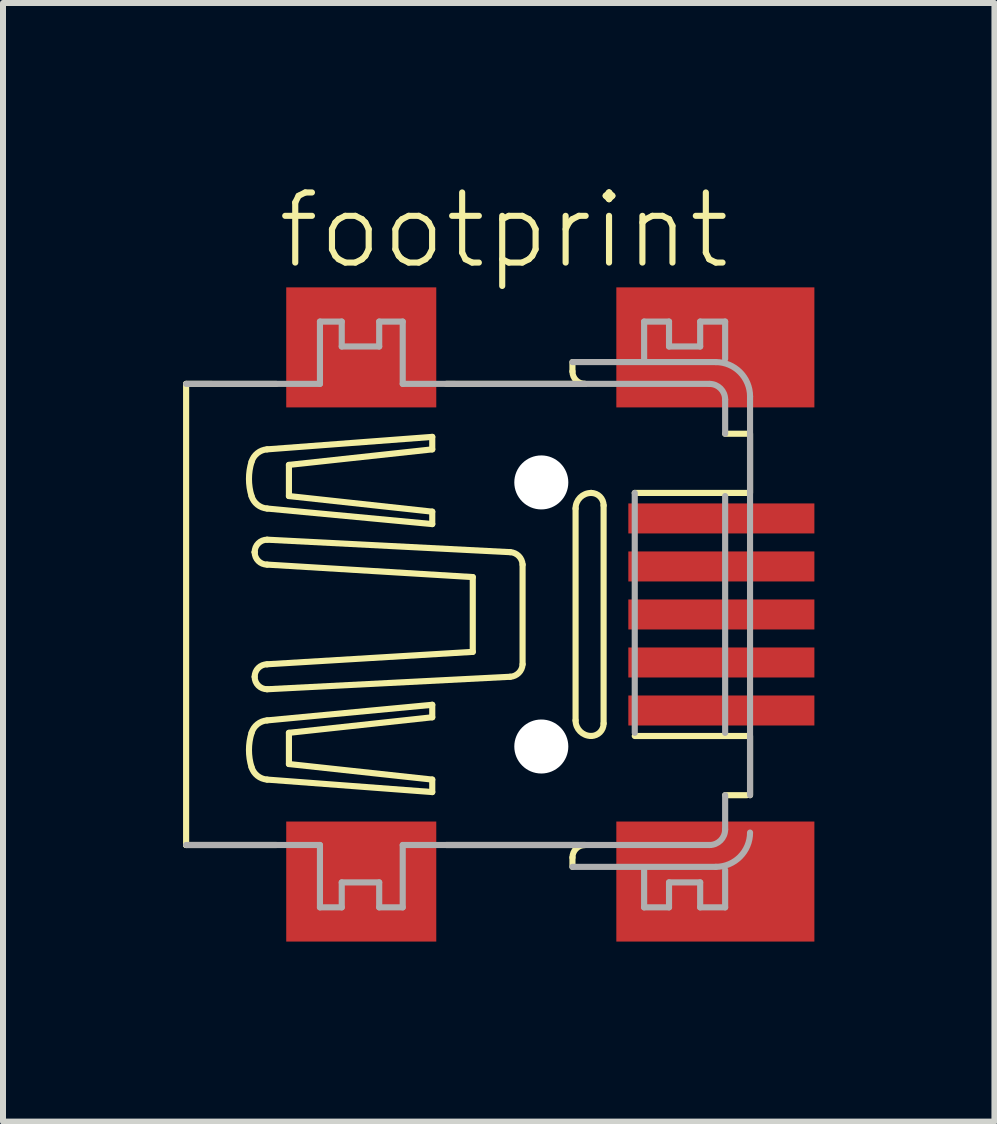
<source format=kicad_pcb>
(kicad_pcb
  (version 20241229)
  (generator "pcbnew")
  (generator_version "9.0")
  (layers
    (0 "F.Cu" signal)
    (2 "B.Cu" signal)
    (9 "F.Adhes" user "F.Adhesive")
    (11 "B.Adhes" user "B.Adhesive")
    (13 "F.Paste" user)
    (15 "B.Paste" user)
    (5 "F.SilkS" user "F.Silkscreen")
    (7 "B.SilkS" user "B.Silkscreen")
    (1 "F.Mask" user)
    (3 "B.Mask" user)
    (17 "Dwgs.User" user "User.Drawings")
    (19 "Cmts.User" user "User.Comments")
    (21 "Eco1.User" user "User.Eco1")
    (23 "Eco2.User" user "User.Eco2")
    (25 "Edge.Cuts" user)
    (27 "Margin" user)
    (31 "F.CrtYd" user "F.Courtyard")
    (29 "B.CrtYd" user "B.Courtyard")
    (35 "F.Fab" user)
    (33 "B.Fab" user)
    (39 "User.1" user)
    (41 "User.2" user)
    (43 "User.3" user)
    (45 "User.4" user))
  (footprint "footprint"
    (layer "F.Cu")
    (at 5.969 7.188)
    (property "Reference" "footprint" (at -4.445 -5.715 0) (layer "F.SilkS") (effects (font (size 1.168 1.168) (thickness 0.102)) (justify left bottom)))
    (fp_line (start -5.918 -3.842) (end -4.415 -3.841) (stroke (width 0.102) (type solid)) (layer "F.SilkS"))
    (fp_line (start -5.918 3.841) (end -5.918 -3.842) (stroke (width 0.102) (type solid)) (layer "F.SilkS"))
    (fp_line (start -5.918 3.841) (end -4.415 3.841) (stroke (width 0.102) (type solid)) (layer "F.SilkS"))
    (fp_line (start -5.918 3.841) (end -5.918 3.841) (stroke (width 0.102) (type solid)) (layer "F.SilkS"))
    (fp_line (start -4.776 -1.038) (end -4.776 -1.038) (stroke (width 0.102) (type solid)) (layer "F.SilkS"))
    (fp_line (start -4.569 -1.765) (end -1.817 -1.506) (stroke (width 0.102) (type solid)) (layer "F.SilkS"))
    (fp_line (start -4.569 -0.831) (end -1.142 -0.623) (stroke (width 0.102) (type solid)) (layer "F.SilkS"))
    (fp_line (start -4.569 0.83) (end -1.142 0.623) (stroke (width 0.102) (type solid)) (layer "F.SilkS"))
    (fp_line (start -4.569 1.765) (end -1.817 1.505) (stroke (width 0.102) (type solid)) (layer "F.SilkS"))
    (fp_line (start -4.568 -1.246) (end -0.519 -1.038) (stroke (width 0.102) (type solid)) (layer "F.SilkS"))
    (fp_line (start -4.568 1.246) (end -0.519 1.038) (stroke (width 0.102) (type solid)) (layer "F.SilkS"))
    (fp_line (start -4.205 -2.492) (end -1.817 -2.751) (stroke (width 0.102) (type solid)) (layer "F.SilkS"))
    (fp_line (start -4.205 -1.973) (end -4.205 -2.492) (stroke (width 0.102) (type solid)) (layer "F.SilkS"))
    (fp_line (start -4.205 1.972) (end -4.205 2.492) (stroke (width 0.102) (type solid)) (layer "F.SilkS"))
    (fp_line (start -4.205 2.492) (end -1.817 2.751) (stroke (width 0.102) (type solid)) (layer "F.SilkS"))
    (fp_line (start -1.817 -2.959) (end -4.569 -2.751) (stroke (width 0.102) (type solid)) (layer "F.SilkS"))
    (fp_line (start -1.817 -2.751) (end -1.817 -2.959) (stroke (width 0.102) (type solid)) (layer "F.SilkS"))
    (fp_line (start -1.817 -1.713) (end -4.205 -1.973) (stroke (width 0.102) (type solid)) (layer "F.SilkS"))
    (fp_line (start -1.817 -1.506) (end -1.817 -1.713) (stroke (width 0.102) (type solid)) (layer "F.SilkS"))
    (fp_line (start -1.817 1.505) (end -1.817 1.713) (stroke (width 0.102) (type solid)) (layer "F.SilkS"))
    (fp_line (start -1.817 1.713) (end -4.205 1.972) (stroke (width 0.102) (type solid)) (layer "F.SilkS"))
    (fp_line (start -1.817 2.751) (end -1.817 2.959) (stroke (width 0.102) (type solid)) (layer "F.SilkS"))
    (fp_line (start -1.817 2.959) (end -4.569 2.751) (stroke (width 0.102) (type solid)) (layer "F.SilkS"))
    (fp_line (start -1.583 3.841) (end 0.727 3.841) (stroke (width 0.102) (type solid)) (layer "F.SilkS"))
    (fp_line (start -1.583 -3.842) (end 0.727 -3.842) (stroke (width 0.102) (type solid)) (layer "F.SilkS"))
    (fp_line (start -1.142 0.623) (end -1.142 -0.623) (stroke (width 0.102) (type solid)) (layer "F.SilkS"))
    (fp_line (start -0.312 0.83) (end -0.312 -0.831) (stroke (width 0.102) (type solid)) (layer "F.SilkS"))
    (fp_line (start 0.519 -4.049) (end 0.519 -4.205) (stroke (width 0.102) (type solid)) (layer "F.SilkS"))
    (fp_line (start 0.519 4.049) (end 0.519 4.205) (stroke (width 0.102) (type solid)) (layer "F.SilkS"))
    (fp_line (start 0.571 -1.765) (end 0.571 1.765) (stroke (width 0.102) (type solid)) (layer "F.SilkS"))
    (fp_line (start 0.831 -2.025) (end 0.83 -2.025) (stroke (width 0.102) (type solid)) (layer "F.SilkS"))
    (fp_line (start 1.038 1.817) (end 1.038 -1.817) (stroke (width 0.102) (type solid)) (layer "F.SilkS"))
    (fp_line (start 1.557 -2.025) (end 3.426 -2.025) (stroke (width 0.102) (type solid)) (layer "F.SilkS"))
    (fp_line (start 1.557 2.025) (end 3.426 2.025) (stroke (width 0.102) (type solid)) (layer "F.SilkS"))
    (fp_line (start 3.063 -3.011) (end 3.426 -3.011) (stroke (width 0.102) (type solid)) (layer "F.SilkS"))
    (fp_line (start 3.063 3.011) (end 3.426 3.011) (stroke (width 0.102) (type solid)) (layer "F.SilkS"))
    (fp_line (start 3.478 2.025) (end 3.478 3.011) (stroke (width 0.102) (type solid)) (layer "F.SilkS"))
    (fp_line (start 3.478 -3.011) (end 3.478 -2.025) (stroke (width 0.102) (type solid)) (layer "F.SilkS"))
    (fp_arc (start -4.828 -2.5438) (mid -4.730297 -2.687659) (end -4.5685 -2.7514) (stroke (width 0.1016) (type solid)) (layer "F.SilkS"))
    (fp_arc (start -4.828 -1.9727) (mid -4.870802 -2.25825) (end -4.828 -2.5438) (stroke (width 0.1016) (type solid)) (layer "F.SilkS"))
    (fp_arc (start -4.828 1.9725) (mid -4.730298 1.828641) (end -4.568501 1.764899) (stroke (width 0.1016) (type solid)) (layer "F.SilkS"))
    (fp_arc (start -4.828 2.5436) (mid -4.870802 2.25805) (end -4.828 1.9725) (stroke (width 0.1016) (type solid)) (layer "F.SilkS"))
    (fp_arc (start -4.7761 -1.0383) (mid -4.715295 -1.185095) (end -4.5685 -1.2459) (stroke (width 0.1016) (type solid)) (layer "F.SilkS"))
    (fp_arc (start -4.7761 1.038) (mid -4.715295 0.891205) (end -4.5685 0.8304) (stroke (width 0.1016) (type solid)) (layer "F.SilkS"))
    (fp_arc (start -4.568501 -1.765099) (mid -4.730298 -1.828841) (end -4.828 -1.9727) (stroke (width 0.1016) (type solid)) (layer "F.SilkS"))
    (fp_arc (start -4.5685 -0.8306) (mid -4.715295 -0.891405) (end -4.7761 -1.0382) (stroke (width 0.1016) (type solid)) (layer "F.SilkS"))
    (fp_arc (start -4.5685 1.2457) (mid -4.715295 1.184895) (end -4.7761 1.0381) (stroke (width 0.1016) (type solid)) (layer "F.SilkS"))
    (fp_arc (start -4.5685 2.7512) (mid -4.730297 2.687459) (end -4.828 2.5436) (stroke (width 0.1016) (type solid)) (layer "F.SilkS"))
    (fp_arc (start -0.5192 -1.0383) (mid -0.375653 -0.974177) (end -0.311598 -0.8306) (stroke (width 0.1016) (type solid)) (layer "F.SilkS"))
    (fp_arc (start -0.311599 0.830399) (mid -0.375679 0.973951) (end -0.5192 1.0381) (stroke (width 0.1016) (type solid)) (layer "F.SilkS"))
    (fp_arc (start 0.519 4.049) (mid 0.579805 3.902205) (end 0.7266 3.8414) (stroke (width 0.1016) (type solid)) (layer "F.SilkS"))
    (fp_arc (start 0.570899 -1.765099) (mid 0.646934 -1.948565) (end 0.8304 -2.0246) (stroke (width 0.1016) (type solid)) (layer "F.SilkS"))
    (fp_arc (start 0.7266 -3.8416) (mid 0.579805 -3.902405) (end 0.519 -4.0492) (stroke (width 0.1016) (type solid)) (layer "F.SilkS"))
    (fp_arc (start 0.8304 2.0244) (mid 0.646993 1.948306) (end 0.570899 1.764899) (stroke (width 0.1016) (type solid)) (layer "F.SilkS"))
    (fp_arc (start 0.8305 -2.0246) (mid 0.977325 -1.963825) (end 1.0381 -1.817) (stroke (width 0.1016) (type solid)) (layer "F.SilkS"))
    (fp_arc (start 1.0381 1.8168) (mid 0.977325 1.963625) (end 0.8305 2.0244) (stroke (width 0.1016) (type solid)) (layer "F.SilkS"))
    (fp_line (start -5.918 -3.842) (end -3.688 -3.842) (stroke (width 0.102) (type solid)) (layer "F.Fab"))
    (fp_line (start -5.918 3.841) (end -3.688 3.841) (stroke (width 0.102) (type solid)) (layer "F.Fab"))
    (fp_line (start -3.688 -4.88) (end -3.325 -4.88) (stroke (width 0.102) (type solid)) (layer "F.Fab"))
    (fp_line (start -3.688 -3.842) (end -3.688 -4.88) (stroke (width 0.102) (type solid)) (layer "F.Fab"))
    (fp_line (start -3.688 3.841) (end -3.688 4.88) (stroke (width 0.102) (type solid)) (layer "F.Fab"))
    (fp_line (start -3.688 4.88) (end -3.325 4.88) (stroke (width 0.102) (type solid)) (layer "F.Fab"))
    (fp_line (start -3.325 -4.88) (end -3.325 -4.465) (stroke (width 0.102) (type solid)) (layer "F.Fab"))
    (fp_line (start -3.325 -4.465) (end -2.701 -4.465) (stroke (width 0.102) (type solid)) (layer "F.Fab"))
    (fp_line (start -3.325 4.464) (end -2.701 4.464) (stroke (width 0.102) (type solid)) (layer "F.Fab"))
    (fp_line (start -3.325 4.88) (end -3.325 4.464) (stroke (width 0.102) (type solid)) (layer "F.Fab"))
    (fp_line (start -2.701 -4.88) (end -2.309 -4.88) (stroke (width 0.102) (type solid)) (layer "F.Fab"))
    (fp_line (start -2.701 -4.465) (end -2.701 -4.88) (stroke (width 0.102) (type solid)) (layer "F.Fab"))
    (fp_line (start -2.701 4.464) (end -2.701 4.88) (stroke (width 0.102) (type solid)) (layer "F.Fab"))
    (fp_line (start -2.701 4.88) (end -2.309 4.88) (stroke (width 0.102) (type solid)) (layer "F.Fab"))
    (fp_line (start -2.309 -4.88) (end -2.309 -3.842) (stroke (width 0.102) (type solid)) (layer "F.Fab"))
    (fp_line (start -2.309 -3.842) (end 0.727 -3.841) (stroke (width 0.102) (type solid)) (layer "F.Fab"))
    (fp_line (start -2.309 3.841) (end 2.803 3.841) (stroke (width 0.102) (type solid)) (layer "F.Fab"))
    (fp_line (start -2.309 4.88) (end -2.309 3.841) (stroke (width 0.102) (type solid)) (layer "F.Fab"))
    (fp_line (start 0.519 -4.205) (end 2.907 -4.205) (stroke (width 0.102) (type solid)) (layer "F.Fab"))
    (fp_line (start 0.519 4.205) (end 2.907 4.205) (stroke (width 0.102) (type solid)) (layer "F.Fab"))
    (fp_line (start 1.557 1.972) (end 1.557 -2.025) (stroke (width 0.102) (type solid)) (layer "F.Fab"))
    (fp_line (start 1.713 -4.88) (end 2.128 -4.88) (stroke (width 0.102) (type solid)) (layer "F.Fab"))
    (fp_line (start 1.713 -4.257) (end 1.713 -4.88) (stroke (width 0.102) (type solid)) (layer "F.Fab"))
    (fp_line (start 1.713 4.257) (end 1.713 4.88) (stroke (width 0.102) (type solid)) (layer "F.Fab"))
    (fp_line (start 1.713 4.88) (end 2.128 4.88) (stroke (width 0.102) (type solid)) (layer "F.Fab"))
    (fp_line (start 2.128 -4.88) (end 2.128 -4.465) (stroke (width 0.102) (type solid)) (layer "F.Fab"))
    (fp_line (start 2.128 -4.465) (end 2.647 -4.465) (stroke (width 0.102) (type solid)) (layer "F.Fab"))
    (fp_line (start 2.128 4.464) (end 2.647 4.464) (stroke (width 0.102) (type solid)) (layer "F.Fab"))
    (fp_line (start 2.128 4.88) (end 2.128 4.464) (stroke (width 0.102) (type solid)) (layer "F.Fab"))
    (fp_line (start 2.647 -4.88) (end 3.063 -4.88) (stroke (width 0.102) (type solid)) (layer "F.Fab"))
    (fp_line (start 2.647 -4.465) (end 2.647 -4.88) (stroke (width 0.102) (type solid)) (layer "F.Fab"))
    (fp_line (start 2.647 4.464) (end 2.647 4.88) (stroke (width 0.102) (type solid)) (layer "F.Fab"))
    (fp_line (start 2.647 4.88) (end 3.063 4.88) (stroke (width 0.102) (type solid)) (layer "F.Fab"))
    (fp_line (start 2.803 -3.842) (end 0.727 -3.842) (stroke (width 0.102) (type solid)) (layer "F.Fab"))
    (fp_line (start 3.063 -4.88) (end 3.063 -4.257) (stroke (width 0.102) (type solid)) (layer "F.Fab"))
    (fp_line (start 3.063 -3.582) (end 3.063 -3.011) (stroke (width 0.102) (type solid)) (layer "F.Fab"))
    (fp_line (start 3.063 1.973) (end 3.063 -1.973) (stroke (width 0.102) (type solid)) (layer "F.Fab"))
    (fp_line (start 3.063 3.582) (end 3.063 3.011) (stroke (width 0.102) (type solid)) (layer "F.Fab"))
    (fp_line (start 3.063 4.88) (end 3.063 4.257) (stroke (width 0.102) (type solid)) (layer "F.Fab"))
    (fp_line (start 3.478 -3.634) (end 3.478 3.011) (stroke (width 0.102) (type solid)) (layer "F.Fab"))
    (fp_arc (start 2.8032 -3.8416) (mid 2.986694 -3.765594) (end 3.0627 -3.5821) (stroke (width 0.1016) (type solid)) (layer "F.Fab"))
    (fp_arc (start 2.907 -4.205) (mid 3.310829 -4.037729) (end 3.4781 -3.6339) (stroke (width 0.1016) (type solid)) (layer "F.Fab"))
    (fp_arc (start 3.0627 3.5819) (mid 2.986724 3.765424) (end 2.8032 3.8414) (stroke (width 0.1016) (type solid)) (layer "F.Fab"))
    (fp_arc (start 3.4781 3.6337) (mid 3.310858 4.037558) (end 2.907 4.2048) (stroke (width 0.1016) (type solid)) (layer "F.Fab"))
    (pad "" np_thru_hole circle (at 0 -2.2) (size 0.9 0.9) (drill 0.9) (layers "*.Cu" "*.Mask"))
    (pad "" np_thru_hole circle (at 0 2.2) (size 0.9 0.9) (drill 0.9) (layers "*.Cu" "*.Mask"))
    (pad "1" smd rect (at 3 -1.6) (size 3.1 0.5) (layers "F.Cu" "F.Mask" "F.Paste"))
    (pad "2" smd rect (at 3 -0.8) (size 3.1 0.5) (layers "F.Cu" "F.Mask" "F.Paste"))
    (pad "3" smd rect (at 3 0) (size 3.1 0.5) (layers "F.Cu" "F.Mask" "F.Paste"))
    (pad "4" smd rect (at 3 0.8) (size 3.1 0.5) (layers "F.Cu" "F.Mask" "F.Paste"))
    (pad "5" smd rect (at 3 1.6) (size 3.1 0.5) (layers "F.Cu" "F.Mask" "F.Paste"))
    (pad "M1" smd rect (at -3 4.45) (size 2.5 2) (layers "F.Cu" "F.Mask" "F.Paste"))
    (pad "M2" smd rect (at -3 -4.45) (size 2.5 2) (layers "F.Cu" "F.Mask" "F.Paste"))
    (pad "M3" smd rect (at 2.9 -4.45) (size 3.3 2) (layers "F.Cu" "F.Mask" "F.Paste"))
    (pad "M4" smd rect (at 2.9 4.45) (size 3.3 2) (layers "F.Cu" "F.Mask" "F.Paste")))
  (gr_rect
    (start -3 -3)
    (end 13.519 15.638)
    (stroke (width 0.1) (type default))
    (fill no)
    (layer "Edge.Cuts")))
</source>
